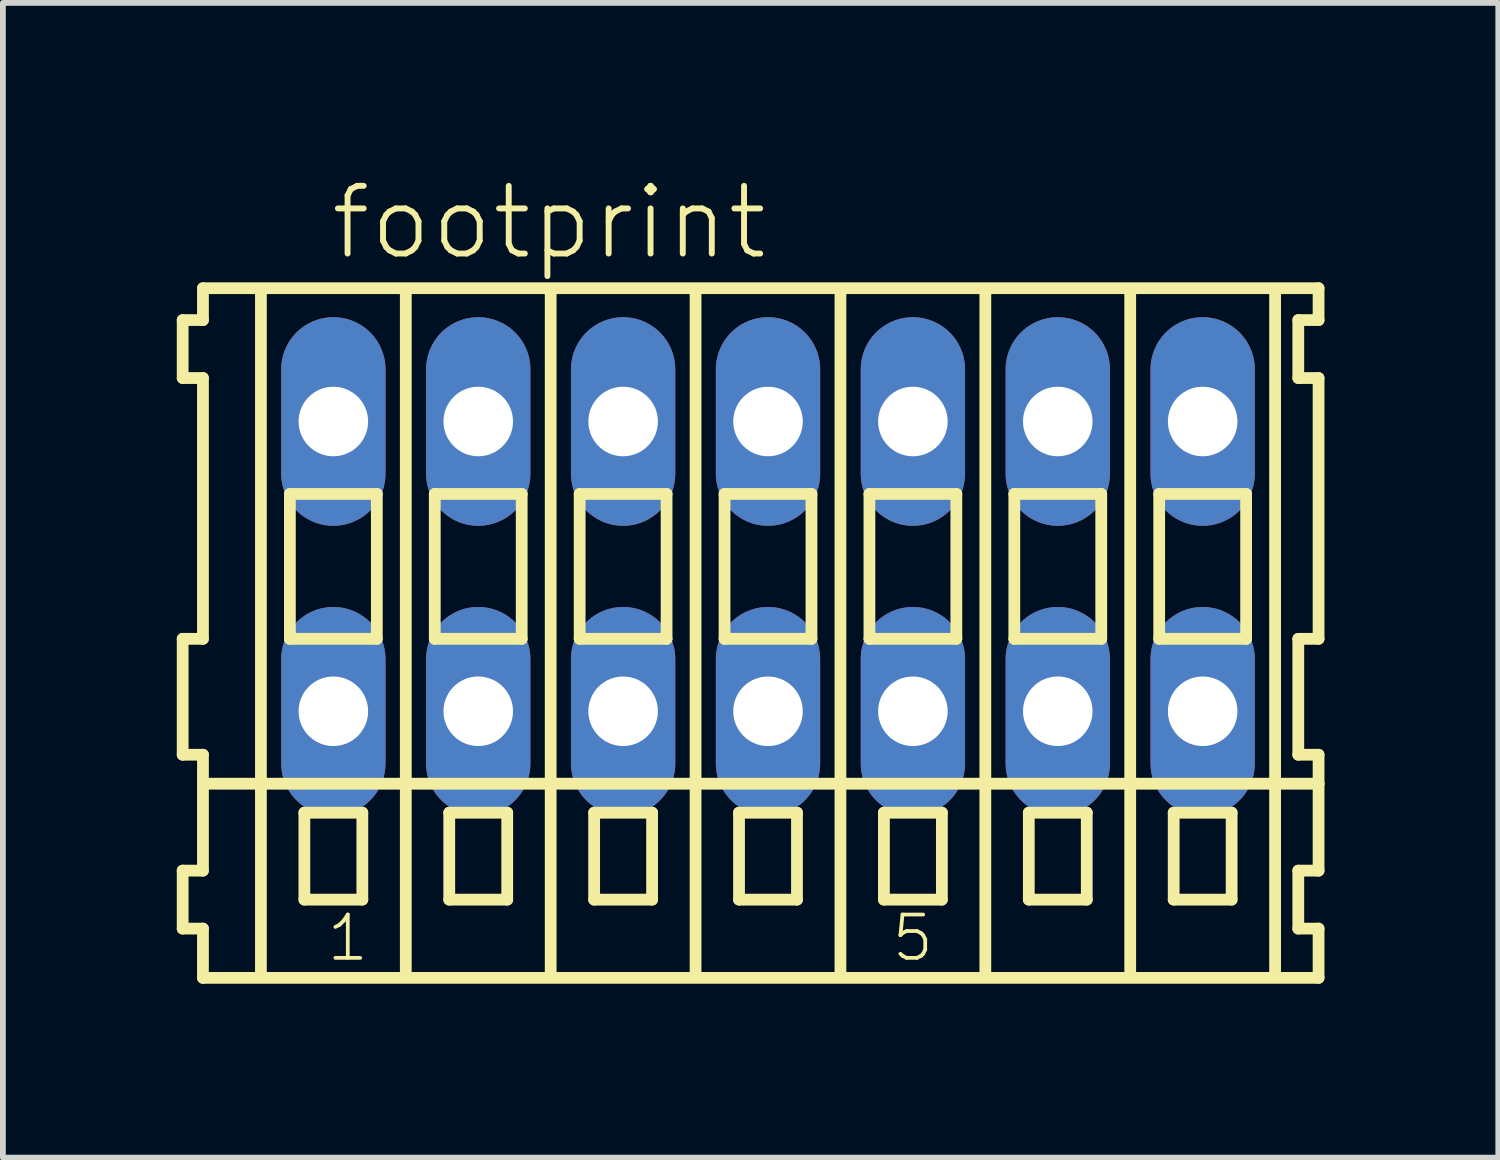
<source format=kicad_pcb>
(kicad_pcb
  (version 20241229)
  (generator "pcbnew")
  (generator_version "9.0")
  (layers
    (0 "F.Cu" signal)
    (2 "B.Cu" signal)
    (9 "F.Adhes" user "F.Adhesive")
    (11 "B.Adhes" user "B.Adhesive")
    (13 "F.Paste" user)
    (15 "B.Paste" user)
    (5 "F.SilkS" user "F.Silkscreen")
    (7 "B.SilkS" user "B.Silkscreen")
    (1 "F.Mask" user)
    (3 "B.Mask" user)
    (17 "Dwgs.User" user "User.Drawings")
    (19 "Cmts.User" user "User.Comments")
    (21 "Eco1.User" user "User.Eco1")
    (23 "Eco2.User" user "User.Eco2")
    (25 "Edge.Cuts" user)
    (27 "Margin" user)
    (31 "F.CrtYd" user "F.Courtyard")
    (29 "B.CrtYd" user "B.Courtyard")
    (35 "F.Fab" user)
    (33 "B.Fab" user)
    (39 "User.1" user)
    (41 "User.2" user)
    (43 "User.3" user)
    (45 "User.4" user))
  (footprint "footprint"
    (layer "F.Cu")
    (at 10.202 6.723)
    (property "Reference" "footprint" (at -7.6 -5.25 0) (layer "F.SilkS") (effects (font (size 1.168 1.168) (thickness 0.102)) (justify left bottom)))
    (fp_line (start -10.1 -4.25) (end -10.1 -3.25) (stroke (width 0.203) (type solid)) (layer "F.SilkS"))
    (fp_line (start -10.1 -3.25) (end -9.75 -3.25) (stroke (width 0.203) (type solid)) (layer "F.SilkS"))
    (fp_line (start -10.1 1.25) (end -10.1 3.25) (stroke (width 0.203) (type solid)) (layer "F.SilkS"))
    (fp_line (start -10.1 3.25) (end -9.75 3.25) (stroke (width 0.203) (type solid)) (layer "F.SilkS"))
    (fp_line (start -10.1 5.25) (end -10.1 6.25) (stroke (width 0.203) (type solid)) (layer "F.SilkS"))
    (fp_line (start -10.1 6.25) (end -9.75 6.25) (stroke (width 0.203) (type solid)) (layer "F.SilkS"))
    (fp_line (start -9.75 -4.8) (end -9.75 -4.25) (stroke (width 0.203) (type solid)) (layer "F.SilkS"))
    (fp_line (start -9.75 -4.25) (end -10.1 -4.25) (stroke (width 0.203) (type solid)) (layer "F.SilkS"))
    (fp_line (start -9.75 -3.25) (end -9.75 1.25) (stroke (width 0.203) (type solid)) (layer "F.SilkS"))
    (fp_line (start -9.75 1.25) (end -10.1 1.25) (stroke (width 0.203) (type solid)) (layer "F.SilkS"))
    (fp_line (start -9.75 3.25) (end -9.75 5.25) (stroke (width 0.203) (type solid)) (layer "F.SilkS"))
    (fp_line (start -9.75 3.75) (end 9.5 3.75) (stroke (width 0.203) (type solid)) (layer "F.SilkS"))
    (fp_line (start -9.75 5.25) (end -10.1 5.25) (stroke (width 0.203) (type solid)) (layer "F.SilkS"))
    (fp_line (start -9.75 6.25) (end -9.75 7.1) (stroke (width 0.203) (type solid)) (layer "F.SilkS"))
    (fp_line (start -9.75 7.1) (end 9.5 7.1) (stroke (width 0.203) (type solid)) (layer "F.SilkS"))
    (fp_line (start -8.75 -4.75) (end -8.75 7) (stroke (width 0.203) (type solid)) (layer "F.SilkS"))
    (fp_line (start -8.25 -1.25) (end -8.25 1.25) (stroke (width 0.203) (type solid)) (layer "F.SilkS"))
    (fp_line (start -8.25 1.25) (end -6.75 1.25) (stroke (width 0.203) (type solid)) (layer "F.SilkS"))
    (fp_line (start -8 4.25) (end -8 5.75) (stroke (width 0.203) (type solid)) (layer "F.SilkS"))
    (fp_line (start -8 5.75) (end -7 5.75) (stroke (width 0.203) (type solid)) (layer "F.SilkS"))
    (fp_line (start -7 4.25) (end -8 4.25) (stroke (width 0.203) (type solid)) (layer "F.SilkS"))
    (fp_line (start -7 5.75) (end -7 4.25) (stroke (width 0.203) (type solid)) (layer "F.SilkS"))
    (fp_line (start -6.75 -1.25) (end -8.25 -1.25) (stroke (width 0.203) (type solid)) (layer "F.SilkS"))
    (fp_line (start -6.75 1.25) (end -6.75 -1.25) (stroke (width 0.203) (type solid)) (layer "F.SilkS"))
    (fp_line (start -6.25 -4.75) (end -6.25 7) (stroke (width 0.203) (type solid)) (layer "F.SilkS"))
    (fp_line (start -5.75 -1.25) (end -5.75 1.25) (stroke (width 0.203) (type solid)) (layer "F.SilkS"))
    (fp_line (start -5.75 1.25) (end -4.25 1.25) (stroke (width 0.203) (type solid)) (layer "F.SilkS"))
    (fp_line (start -5.5 4.25) (end -5.5 5.75) (stroke (width 0.203) (type solid)) (layer "F.SilkS"))
    (fp_line (start -5.5 5.75) (end -4.5 5.75) (stroke (width 0.203) (type solid)) (layer "F.SilkS"))
    (fp_line (start -4.5 4.25) (end -5.5 4.25) (stroke (width 0.203) (type solid)) (layer "F.SilkS"))
    (fp_line (start -4.5 5.75) (end -4.5 4.25) (stroke (width 0.203) (type solid)) (layer "F.SilkS"))
    (fp_line (start -4.25 -1.25) (end -5.75 -1.25) (stroke (width 0.203) (type solid)) (layer "F.SilkS"))
    (fp_line (start -4.25 1.25) (end -4.25 -1.25) (stroke (width 0.203) (type solid)) (layer "F.SilkS"))
    (fp_line (start -3.75 -4.75) (end -3.75 7) (stroke (width 0.203) (type solid)) (layer "F.SilkS"))
    (fp_line (start -3.25 -1.25) (end -3.25 1.25) (stroke (width 0.203) (type solid)) (layer "F.SilkS"))
    (fp_line (start -3.25 1.25) (end -1.75 1.25) (stroke (width 0.203) (type solid)) (layer "F.SilkS"))
    (fp_line (start -3 4.25) (end -3 5.75) (stroke (width 0.203) (type solid)) (layer "F.SilkS"))
    (fp_line (start -3 5.75) (end -2 5.75) (stroke (width 0.203) (type solid)) (layer "F.SilkS"))
    (fp_line (start -2 4.25) (end -3 4.25) (stroke (width 0.203) (type solid)) (layer "F.SilkS"))
    (fp_line (start -2 5.75) (end -2 4.25) (stroke (width 0.203) (type solid)) (layer "F.SilkS"))
    (fp_line (start -1.75 -1.25) (end -3.25 -1.25) (stroke (width 0.203) (type solid)) (layer "F.SilkS"))
    (fp_line (start -1.75 1.25) (end -1.75 -1.25) (stroke (width 0.203) (type solid)) (layer "F.SilkS"))
    (fp_line (start -1.25 -4.75) (end -1.25 7) (stroke (width 0.203) (type solid)) (layer "F.SilkS"))
    (fp_line (start -0.75 -1.25) (end -0.75 1.25) (stroke (width 0.203) (type solid)) (layer "F.SilkS"))
    (fp_line (start -0.75 1.25) (end 0.75 1.25) (stroke (width 0.203) (type solid)) (layer "F.SilkS"))
    (fp_line (start -0.5 4.25) (end -0.5 5.75) (stroke (width 0.203) (type solid)) (layer "F.SilkS"))
    (fp_line (start -0.5 5.75) (end 0.5 5.75) (stroke (width 0.203) (type solid)) (layer "F.SilkS"))
    (fp_line (start 0.5 4.25) (end -0.5 4.25) (stroke (width 0.203) (type solid)) (layer "F.SilkS"))
    (fp_line (start 0.5 5.75) (end 0.5 4.25) (stroke (width 0.203) (type solid)) (layer "F.SilkS"))
    (fp_line (start 0.75 -1.25) (end -0.75 -1.25) (stroke (width 0.203) (type solid)) (layer "F.SilkS"))
    (fp_line (start 0.75 1.25) (end 0.75 -1.25) (stroke (width 0.203) (type solid)) (layer "F.SilkS"))
    (fp_line (start 1.25 -4.75) (end 1.25 7) (stroke (width 0.203) (type solid)) (layer "F.SilkS"))
    (fp_line (start 1.75 -1.25) (end 1.75 1.25) (stroke (width 0.203) (type solid)) (layer "F.SilkS"))
    (fp_line (start 1.75 1.25) (end 3.25 1.25) (stroke (width 0.203) (type solid)) (layer "F.SilkS"))
    (fp_line (start 2 4.25) (end 2 5.75) (stroke (width 0.203) (type solid)) (layer "F.SilkS"))
    (fp_line (start 2 5.75) (end 3 5.75) (stroke (width 0.203) (type solid)) (layer "F.SilkS"))
    (fp_line (start 3 4.25) (end 2 4.25) (stroke (width 0.203) (type solid)) (layer "F.SilkS"))
    (fp_line (start 3 5.75) (end 3 4.25) (stroke (width 0.203) (type solid)) (layer "F.SilkS"))
    (fp_line (start 3.25 -1.25) (end 1.75 -1.25) (stroke (width 0.203) (type solid)) (layer "F.SilkS"))
    (fp_line (start 3.25 1.25) (end 3.25 -1.25) (stroke (width 0.203) (type solid)) (layer "F.SilkS"))
    (fp_line (start 3.75 -4.75) (end 3.75 7) (stroke (width 0.203) (type solid)) (layer "F.SilkS"))
    (fp_line (start 4.25 -1.25) (end 4.25 1.25) (stroke (width 0.203) (type solid)) (layer "F.SilkS"))
    (fp_line (start 4.25 1.25) (end 5.75 1.25) (stroke (width 0.203) (type solid)) (layer "F.SilkS"))
    (fp_line (start 4.5 4.25) (end 4.5 5.75) (stroke (width 0.203) (type solid)) (layer "F.SilkS"))
    (fp_line (start 4.5 5.75) (end 5.5 5.75) (stroke (width 0.203) (type solid)) (layer "F.SilkS"))
    (fp_line (start 5.5 4.25) (end 4.5 4.25) (stroke (width 0.203) (type solid)) (layer "F.SilkS"))
    (fp_line (start 5.5 5.75) (end 5.5 4.25) (stroke (width 0.203) (type solid)) (layer "F.SilkS"))
    (fp_line (start 5.75 -1.25) (end 4.25 -1.25) (stroke (width 0.203) (type solid)) (layer "F.SilkS"))
    (fp_line (start 5.75 1.25) (end 5.75 -1.25) (stroke (width 0.203) (type solid)) (layer "F.SilkS"))
    (fp_line (start 6.25 -4.75) (end 6.25 7) (stroke (width 0.203) (type solid)) (layer "F.SilkS"))
    (fp_line (start 6.75 -1.25) (end 6.75 1.25) (stroke (width 0.203) (type solid)) (layer "F.SilkS"))
    (fp_line (start 6.75 1.25) (end 8.25 1.25) (stroke (width 0.203) (type solid)) (layer "F.SilkS"))
    (fp_line (start 7 4.25) (end 7 5.75) (stroke (width 0.203) (type solid)) (layer "F.SilkS"))
    (fp_line (start 7 5.75) (end 8 5.75) (stroke (width 0.203) (type solid)) (layer "F.SilkS"))
    (fp_line (start 8 4.25) (end 7 4.25) (stroke (width 0.203) (type solid)) (layer "F.SilkS"))
    (fp_line (start 8 5.75) (end 8 4.25) (stroke (width 0.203) (type solid)) (layer "F.SilkS"))
    (fp_line (start 8.25 -1.25) (end 6.75 -1.25) (stroke (width 0.203) (type solid)) (layer "F.SilkS"))
    (fp_line (start 8.25 1.25) (end 8.25 -1.25) (stroke (width 0.203) (type solid)) (layer "F.SilkS"))
    (fp_line (start 8.75 -4.75) (end 8.75 7) (stroke (width 0.203) (type solid)) (layer "F.SilkS"))
    (fp_line (start 9.15 -4.25) (end 9.15 -3.25) (stroke (width 0.203) (type solid)) (layer "F.SilkS"))
    (fp_line (start 9.15 -3.25) (end 9.5 -3.25) (stroke (width 0.203) (type solid)) (layer "F.SilkS"))
    (fp_line (start 9.15 1.25) (end 9.15 3.25) (stroke (width 0.203) (type solid)) (layer "F.SilkS"))
    (fp_line (start 9.15 3.25) (end 9.5 3.25) (stroke (width 0.203) (type solid)) (layer "F.SilkS"))
    (fp_line (start 9.15 5.25) (end 9.15 6.25) (stroke (width 0.203) (type solid)) (layer "F.SilkS"))
    (fp_line (start 9.15 6.25) (end 9.5 6.25) (stroke (width 0.203) (type solid)) (layer "F.SilkS"))
    (fp_line (start 9.5 -4.8) (end -9.75 -4.8) (stroke (width 0.203) (type solid)) (layer "F.SilkS"))
    (fp_line (start 9.5 -4.25) (end 9.15 -4.25) (stroke (width 0.203) (type solid)) (layer "F.SilkS"))
    (fp_line (start 9.5 -4.25) (end 9.5 -4.8) (stroke (width 0.203) (type solid)) (layer "F.SilkS"))
    (fp_line (start 9.5 1.25) (end 9.15 1.25) (stroke (width 0.203) (type solid)) (layer "F.SilkS"))
    (fp_line (start 9.5 1.25) (end 9.5 -3.25) (stroke (width 0.203) (type solid)) (layer "F.SilkS"))
    (fp_line (start 9.5 3.75) (end 9.5 3.25) (stroke (width 0.203) (type solid)) (layer "F.SilkS"))
    (fp_line (start 9.5 5.25) (end 9.15 5.25) (stroke (width 0.203) (type solid)) (layer "F.SilkS"))
    (fp_line (start 9.5 5.25) (end 9.5 3.75) (stroke (width 0.203) (type solid)) (layer "F.SilkS"))
    (fp_line (start 9.5 7.1) (end 9.5 6.25) (stroke (width 0.203) (type solid)) (layer "F.SilkS"))
    (fp_text user "1" (at -7.65 6.85 0) (layer "F.SilkS") (effects (font (size 0.748 0.748) (thickness 0.065)) (justify left bottom)))
    (fp_text user "5" (at 2.1 6.85 0) (layer "F.SilkS") (effects (font (size 0.748 0.748) (thickness 0.065)) (justify left bottom)))
    (pad "A1" thru_hole oval (at -7.5 -2.5 90) (size 3.6 1.8) (drill 1.2) (layers "*.Cu" "*.Mask"))
    (pad "A2" thru_hole oval (at -5 -2.5 90) (size 3.6 1.8) (drill 1.2) (layers "*.Cu" "*.Mask"))
    (pad "A3" thru_hole oval (at -2.5 -2.5 90) (size 3.6 1.8) (drill 1.2) (layers "*.Cu" "*.Mask"))
    (pad "A4" thru_hole oval (at 0 -2.5 90) (size 3.6 1.8) (drill 1.2) (layers "*.Cu" "*.Mask"))
    (pad "A5" thru_hole oval (at 2.5 -2.5 90) (size 3.6 1.8) (drill 1.2) (layers "*.Cu" "*.Mask"))
    (pad "A6" thru_hole oval (at 5 -2.5 90) (size 3.6 1.8) (drill 1.2) (layers "*.Cu" "*.Mask"))
    (pad "A7" thru_hole oval (at 7.5 -2.5 90) (size 3.6 1.8) (drill 1.2) (layers "*.Cu" "*.Mask"))
    (pad "B1" thru_hole oval (at -7.5 2.5 90) (size 3.6 1.8) (drill 1.2) (layers "*.Cu" "*.Mask"))
    (pad "B2" thru_hole oval (at -5 2.5 90) (size 3.6 1.8) (drill 1.2) (layers "*.Cu" "*.Mask"))
    (pad "B3" thru_hole oval (at -2.5 2.5 90) (size 3.6 1.8) (drill 1.2) (layers "*.Cu" "*.Mask"))
    (pad "B4" thru_hole oval (at 0 2.5 90) (size 3.6 1.8) (drill 1.2) (layers "*.Cu" "*.Mask"))
    (pad "B5" thru_hole oval (at 2.5 2.5 90) (size 3.6 1.8) (drill 1.2) (layers "*.Cu" "*.Mask"))
    (pad "B6" thru_hole oval (at 5 2.5 90) (size 3.6 1.8) (drill 1.2) (layers "*.Cu" "*.Mask"))
    (pad "B7" thru_hole oval (at 7.5 2.5 90) (size 3.6 1.8) (drill 1.2) (layers "*.Cu" "*.Mask")))
  (gr_rect
    (start -3 -3)
    (end 22.803 16.925)
    (stroke (width 0.1) (type default))
    (fill no)
    (layer "Edge.Cuts")))
</source>
